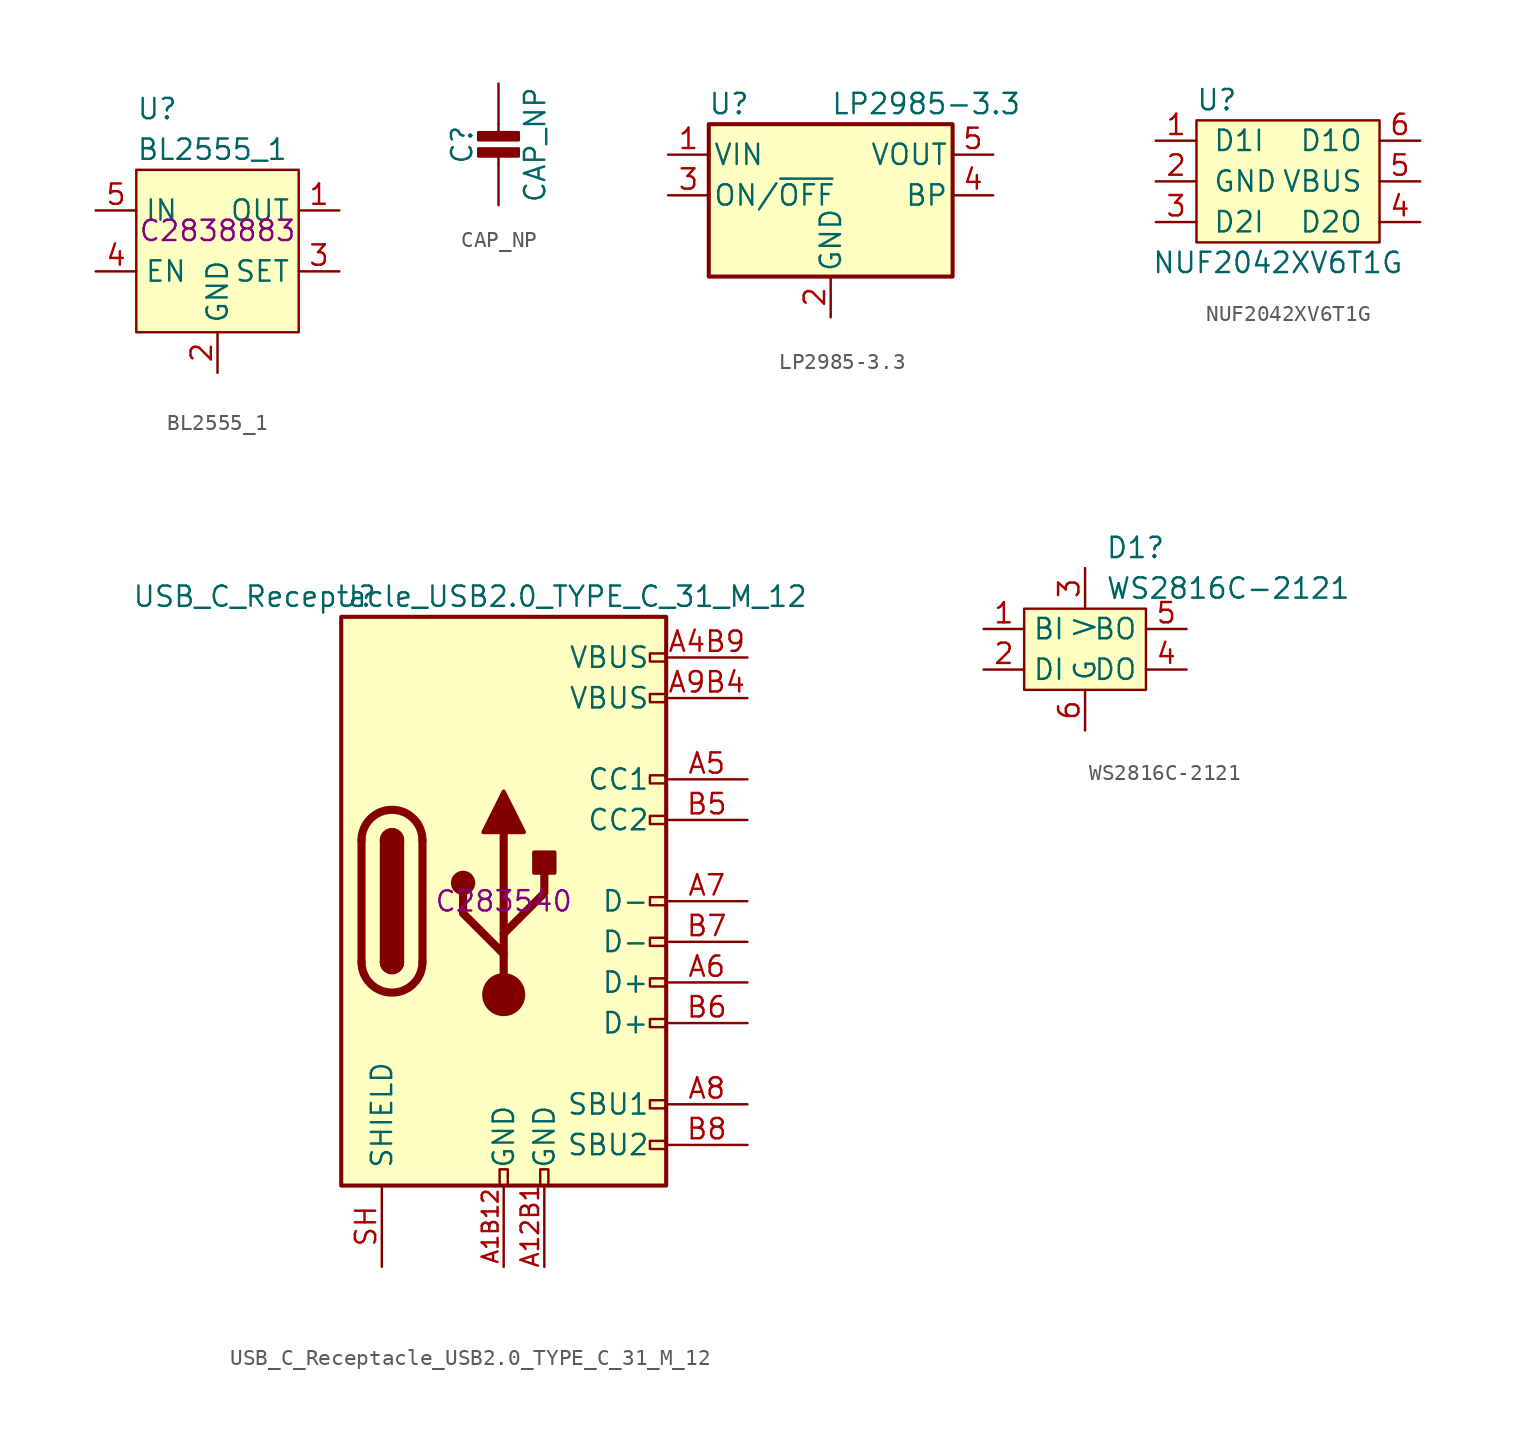
<source format=kicad_sym>
(kicad_symbol_lib
  (version 20220914)
  (generator kicad_symbol_editor)
  (symbol "BL2555_1"
    (property "Reference" "U"
      (at -5.08 7.62 0)
      (effects (font (size 1.27 1.27)) (justify left)))
    (property "Value" "BL2555_1"
      (at -5.08 5.08 0)
      (effects (font (size 1.27 1.27)) (justify left)))
    (property "LCSC" "C2838883"
      (at 0 0 0)
      (effects (font (size 1.27 1.27))))
    (symbol "BL2555_1_0_1"
      (rectangle (start -5.08 3.81) (end 5.08 -6.35) (stroke (width 0) (type default)) (fill (type background))))
    (symbol "BL2555_1_1_1"
      (pin power_out line (at 7.62 1.27 180) (length 2.54) (name "OUT" (effects (font (size 1.27 1.27)))) (number "1" (effects (font (size 1.27 1.27)))))
      (pin power_in line (at 0 -8.89 90) (length 2.54) (name "GND" (effects (font (size 1.27 1.27)))) (number "2" (effects (font (size 1.27 1.27)))))
      (pin passive line (at 7.62 -2.54 180) (length 2.54) (name "SET" (effects (font (size 1.27 1.27)))) (number "3" (effects (font (size 1.27 1.27)))))
      (pin passive line (at -7.62 -2.54 0) (length 2.54) (name "EN" (effects (font (size 1.27 1.27)))) (number "4" (effects (font (size 1.27 1.27)))))
      (pin power_in line (at -7.62 1.27 0) (length 2.54) (name "IN" (effects (font (size 1.27 1.27)))) (number "5" (effects (font (size 1.27 1.27)))))))
  (symbol "CAP_NP"
    (pin_names
      (offset 1.016))
    (property "Reference" "C"
      (at -2.286 -0.025 90)
      (effects (font (size 1.27 1.27))))
    (property "Value" "CAP_NP"
      (at 2.286 -0.025 90)
      (effects (font (size 1.27 1.27))))
    (symbol "CAP_NP_1_0"
      (rectangle (start -1.27 -0.762) (end 1.27 -0.254) (stroke (width 0) (type default)) (fill (type outline)))
      (rectangle (start -1.27 0.254) (end 1.27 0.762) (stroke (width 0) (type default)) (fill (type outline)))
      (polyline (pts (xy 0 -0.508) (xy 0 -1.27)) (stroke (width 0) (type default)) (fill (type none)))
      (polyline (pts (xy 0 1.27) (xy 0 0.508)) (stroke (width 0) (type default)) (fill (type none)))
      (pin passive line (at 0 3.81 270) (length 2.54) (name "1" (effects (font (size 0 0)))) (number "1" (effects (font (size 0 0)))))
      (pin passive line (at 0 -3.81 90) (length 2.54) (name "2" (effects (font (size 0 0)))) (number "2" (effects (font (size 0 0)))))))
  (symbol "LP2985-3.3"
    (pin_names
      (offset 0.254))
    (property "Reference" "U"
      (at -6.35 5.715 0)
      (effects (font (size 1.27 1.27))))
    (property "Value" "LP2985-3.3"
      (at 0 5.715 0)
      (effects (font (size 1.27 1.27)) (justify left)))
    (symbol "LP2985-3.3_0_1"
      (rectangle (start -7.62 -5.08) (end 7.62 4.445) (stroke (width 0.254) (type default)) (fill (type background))))
    (symbol "LP2985-3.3_1_1"
      (pin power_in line (at -10.16 2.54 0) (length 2.54) (name "VIN" (effects (font (size 1.27 1.27)))) (number "1" (effects (font (size 1.27 1.27)))))
      (pin power_in line (at 0 -7.62 90) (length 2.54) (name "GND" (effects (font (size 1.27 1.27)))) (number "2" (effects (font (size 1.27 1.27)))))
      (pin input line (at -10.16 0 0) (length 2.54) (name "ON/~{OFF}" (effects (font (size 1.27 1.27)))) (number "3" (effects (font (size 1.27 1.27)))))
      (pin input line (at 10.16 0 180) (length 2.54) (name "BP" (effects (font (size 1.27 1.27)))) (number "4" (effects (font (size 1.27 1.27)))))
      (pin power_out line (at 10.16 2.54 180) (length 2.54) (name "VOUT" (effects (font (size 1.27 1.27)))) (number "5" (effects (font (size 1.27 1.27)))))))
  (symbol "NUF2042XV6T1G"
    (pin_names
      (offset 1.016))
    (property "Reference" "U"
      (at -3.81 5.08 0)
      (effects (font (size 1.27 1.27))))
    (property "Value" "NUF2042XV6T1G"
      (at 0 -5.08 0)
      (effects (font (size 1.27 1.27))))
    (symbol "NUF2042XV6T1G_0_1"
      (rectangle (start 6.35 -3.81) (end -5.08 3.81) (stroke (width 0) (type default)) (fill (type background))))
    (symbol "NUF2042XV6T1G_1_1"
      (pin bidirectional line (at -7.62 2.54 0) (length 2.54) (name "D1I" (effects (font (size 1.27 1.27)))) (number "1" (effects (font (size 1.27 1.27)))))
      (pin power_in line (at -7.62 0 0) (length 2.54) (name "GND" (effects (font (size 1.27 1.27)))) (number "2" (effects (font (size 1.27 1.27)))))
      (pin bidirectional line (at -7.62 -2.54 0) (length 2.54) (name "D2I" (effects (font (size 1.27 1.27)))) (number "3" (effects (font (size 1.27 1.27)))))
      (pin bidirectional line (at 8.89 -2.54 180) (length 2.54) (name "D2O" (effects (font (size 1.27 1.27)))) (number "4" (effects (font (size 1.27 1.27)))))
      (pin power_in line (at 8.89 0 180) (length 2.54) (name "VBUS" (effects (font (size 1.27 1.27)))) (number "5" (effects (font (size 1.27 1.27)))))
      (pin bidirectional line (at 8.89 2.54 180) (length 2.54) (name "D1O" (effects (font (size 1.27 1.27)))) (number "6" (effects (font (size 1.27 1.27)))))))
  (symbol "USB_C_Receptacle_USB2.0_TYPE_C_31_M_12"
    (pin_names
      (offset 1.016))
    (property "Reference" "J"
      (at -10.16 19.05 0)
      (effects (font (size 1.27 1.27)) (justify left)))
    (property "Value" "USB_C_Receptacle_USB2.0_TYPE_C_31_M_12"
      (at 19.05 19.05 0)
      (effects (font (size 1.27 1.27)) (justify right)))
    (property "LCSC" "C283540"
      (at 0 0 0)
      (effects (font (size 1.27 1.27))))
    (symbol "USB_C_Receptacle_USB2.0_TYPE_C_31_M_12_0_0"
      (rectangle (start -0.254 -17.78) (end 0.254 -16.764) (stroke (width 0) (type default)) (fill (type none)))
      (rectangle (start 2.286 -17.78) (end 2.794 -16.764) (stroke (width 0) (type default)) (fill (type none)))
      (rectangle (start 10.16 -14.986) (end 9.144 -15.494) (stroke (width 0) (type default)) (fill (type none)))
      (rectangle (start 10.16 -12.446) (end 9.144 -12.954) (stroke (width 0) (type default)) (fill (type none)))
      (rectangle (start 10.16 -7.366) (end 9.144 -7.874) (stroke (width 0) (type default)) (fill (type none)))
      (rectangle (start 10.16 -4.826) (end 9.144 -5.334) (stroke (width 0) (type default)) (fill (type none)))
      (rectangle (start 10.16 -2.286) (end 9.144 -2.794) (stroke (width 0) (type default)) (fill (type none)))
      (rectangle (start 10.16 0.254) (end 9.144 -0.254) (stroke (width 0) (type default)) (fill (type none)))
      (rectangle (start 10.16 5.334) (end 9.144 4.826) (stroke (width 0) (type default)) (fill (type none)))
      (rectangle (start 10.16 7.874) (end 9.144 7.366) (stroke (width 0) (type default)) (fill (type none)))
      (rectangle (start 10.16 12.954) (end 9.144 12.446) (stroke (width 0) (type default)) (fill (type none)))
      (rectangle (start 10.16 15.494) (end 9.144 14.986) (stroke (width 0) (type default)) (fill (type none))))
    (symbol "USB_C_Receptacle_USB2.0_TYPE_C_31_M_12_0_1"
      (rectangle (start -10.16 17.78) (end 10.16 -17.78) (stroke (width 0.254) (type default)) (fill (type background)))
      (arc (start -8.89 -3.81) (mid -6.985 -5.7067) (end -5.08 -3.81) (stroke (width 0.508) (type default)) (fill (type none)))
      (arc (start -7.62 -3.81) (mid -6.985 -4.4423) (end -6.35 -3.81) (stroke (width 0.254) (type default)) (fill (type none)))
      (arc (start -7.62 -3.81) (mid -6.985 -4.4423) (end -6.35 -3.81) (stroke (width 0.254) (type default)) (fill (type outline)))
      (rectangle (start -7.62 -3.81) (end -6.35 3.81) (stroke (width 0.254) (type default)) (fill (type outline)))
      (arc (start -6.35 3.81) (mid -6.985 4.4423) (end -7.62 3.81) (stroke (width 0.254) (type default)) (fill (type none)))
      (arc (start -6.35 3.81) (mid -6.985 4.4423) (end -7.62 3.81) (stroke (width 0.254) (type default)) (fill (type outline)))
      (arc (start -5.08 3.81) (mid -6.985 5.7067) (end -8.89 3.81) (stroke (width 0.508) (type default)) (fill (type none)))
      (circle (center -2.54 1.143) (radius 0.635) (stroke (width 0.254) (type default)) (fill (type outline)))
      (circle (center 0 -5.842) (radius 1.27) (stroke (width 0) (type default)) (fill (type outline)))
      (polyline (pts (xy -8.89 -3.81) (xy -8.89 3.81)) (stroke (width 0.508) (type default)) (fill (type none)))
      (polyline (pts (xy -5.08 3.81) (xy -5.08 -3.81)) (stroke (width 0.508) (type default)) (fill (type none)))
      (polyline (pts (xy 0 -5.842) (xy 0 4.318)) (stroke (width 0.508) (type default)) (fill (type none)))
      (polyline (pts (xy 0 -3.302) (xy -2.54 -0.762) (xy -2.54 0.508)) (stroke (width 0.508) (type default)) (fill (type none)))
      (polyline (pts (xy 0 -2.032) (xy 2.54 0.508) (xy 2.54 1.778)) (stroke (width 0.508) (type default)) (fill (type none)))
      (polyline (pts (xy -1.27 4.318) (xy 0 6.858) (xy 1.27 4.318) (xy -1.27 4.318)) (stroke (width 0.254) (type default)) (fill (type outline)))
      (rectangle (start 1.905 1.778) (end 3.175 3.048) (stroke (width 0.254) (type default)) (fill (type outline))))
    (symbol "USB_C_Receptacle_USB2.0_TYPE_C_31_M_12_1_1"
      (pin passive line (at 2.54 -22.86 90) (length 5.08) (name "GND" (effects (font (size 1.27 1.27)))) (number "A12B1" (effects (font (size 1.092 1.092)))))
      (pin passive line (at 0 -22.86 90) (length 5.08) (name "GND" (effects (font (size 1.27 1.27)))) (number "A1B12" (effects (font (size 0.991 0.991)))))
      (pin passive line (at 15.24 15.24 180) (length 5.08) (name "VBUS" (effects (font (size 1.27 1.27)))) (number "A4B9" (effects (font (size 1.27 1.27)))))
      (pin bidirectional line (at 15.24 7.62 180) (length 5.08) (name "CC1" (effects (font (size 1.27 1.27)))) (number "A5" (effects (font (size 1.27 1.27)))))
      (pin bidirectional line (at 15.24 -5.08 180) (length 5.08) (name "D+" (effects (font (size 1.27 1.27)))) (number "A6" (effects (font (size 1.27 1.27)))))
      (pin bidirectional line (at 15.24 0 180) (length 5.08) (name "D-" (effects (font (size 1.27 1.27)))) (number "A7" (effects (font (size 1.27 1.27)))))
      (pin bidirectional line (at 15.24 -12.7 180) (length 5.08) (name "SBU1" (effects (font (size 1.27 1.27)))) (number "A8" (effects (font (size 1.27 1.27)))))
      (pin passive line (at 15.24 12.7 180) (length 5.08) (name "VBUS" (effects (font (size 1.27 1.27)))) (number "A9B4" (effects (font (size 1.27 1.27)))))
      (pin bidirectional line (at 15.24 5.08 180) (length 5.08) (name "CC2" (effects (font (size 1.27 1.27)))) (number "B5" (effects (font (size 1.27 1.27)))))
      (pin bidirectional line (at 15.24 -7.62 180) (length 5.08) (name "D+" (effects (font (size 1.27 1.27)))) (number "B6" (effects (font (size 1.27 1.27)))))
      (pin bidirectional line (at 15.24 -2.54 180) (length 5.08) (name "D-" (effects (font (size 1.27 1.27)))) (number "B7" (effects (font (size 1.27 1.27)))))
      (pin bidirectional line (at 15.24 -15.24 180) (length 5.08) (name "SBU2" (effects (font (size 1.27 1.27)))) (number "B8" (effects (font (size 1.27 1.27)))))
      (pin passive line (at -7.62 -22.86 90) (length 5.08) (name "SHIELD" (effects (font (size 1.27 1.27)))) (number "SH" (effects (font (size 1.27 1.27)))))))
  (symbol "WS2816C-2121"
    (property "Reference" "D1"
      (at 1.27 7.62 0)
      (effects (font (size 1.27 1.27)) (justify left)))
    (property "Value" "WS2816C-2121"
      (at 1.27 5.08 0)
      (effects (font (size 1.27 1.27)) (justify left)))
    (symbol "WS2816C-2121_0_1"
      (rectangle (start -3.81 3.81) (end 3.81 -1.27) (stroke (width 0) (type default)) (fill (type background))))
    (symbol "WS2816C-2121_1_1"
      (pin input line (at -6.35 2.54 0) (length 2.54) (name "BI" (effects (font (size 1.27 1.27)))) (number "1" (effects (font (size 1.27 1.27)))))
      (pin input line (at -6.35 0 0) (length 2.54) (name "DI" (effects (font (size 1.27 1.27)))) (number "2" (effects (font (size 1.27 1.27)))))
      (pin power_in line (at 0 6.35 270) (length 2.54) (name "V" (effects (font (size 1.27 1.27)))) (number "3" (effects (font (size 1.27 1.27)))))
      (pin output line (at 6.35 0 180) (length 2.54) (name "DO" (effects (font (size 1.27 1.27)))) (number "4" (effects (font (size 1.27 1.27)))))
      (pin output line (at 6.35 2.54 180) (length 2.54) (name "BO" (effects (font (size 1.27 1.27)))) (number "5" (effects (font (size 1.27 1.27)))))
      (pin power_in line (at 0 -3.81 90) (length 2.54) (name "G" (effects (font (size 1.27 1.27)))) (number "6" (effects (font (size 1.27 1.27))))))))
</source>
